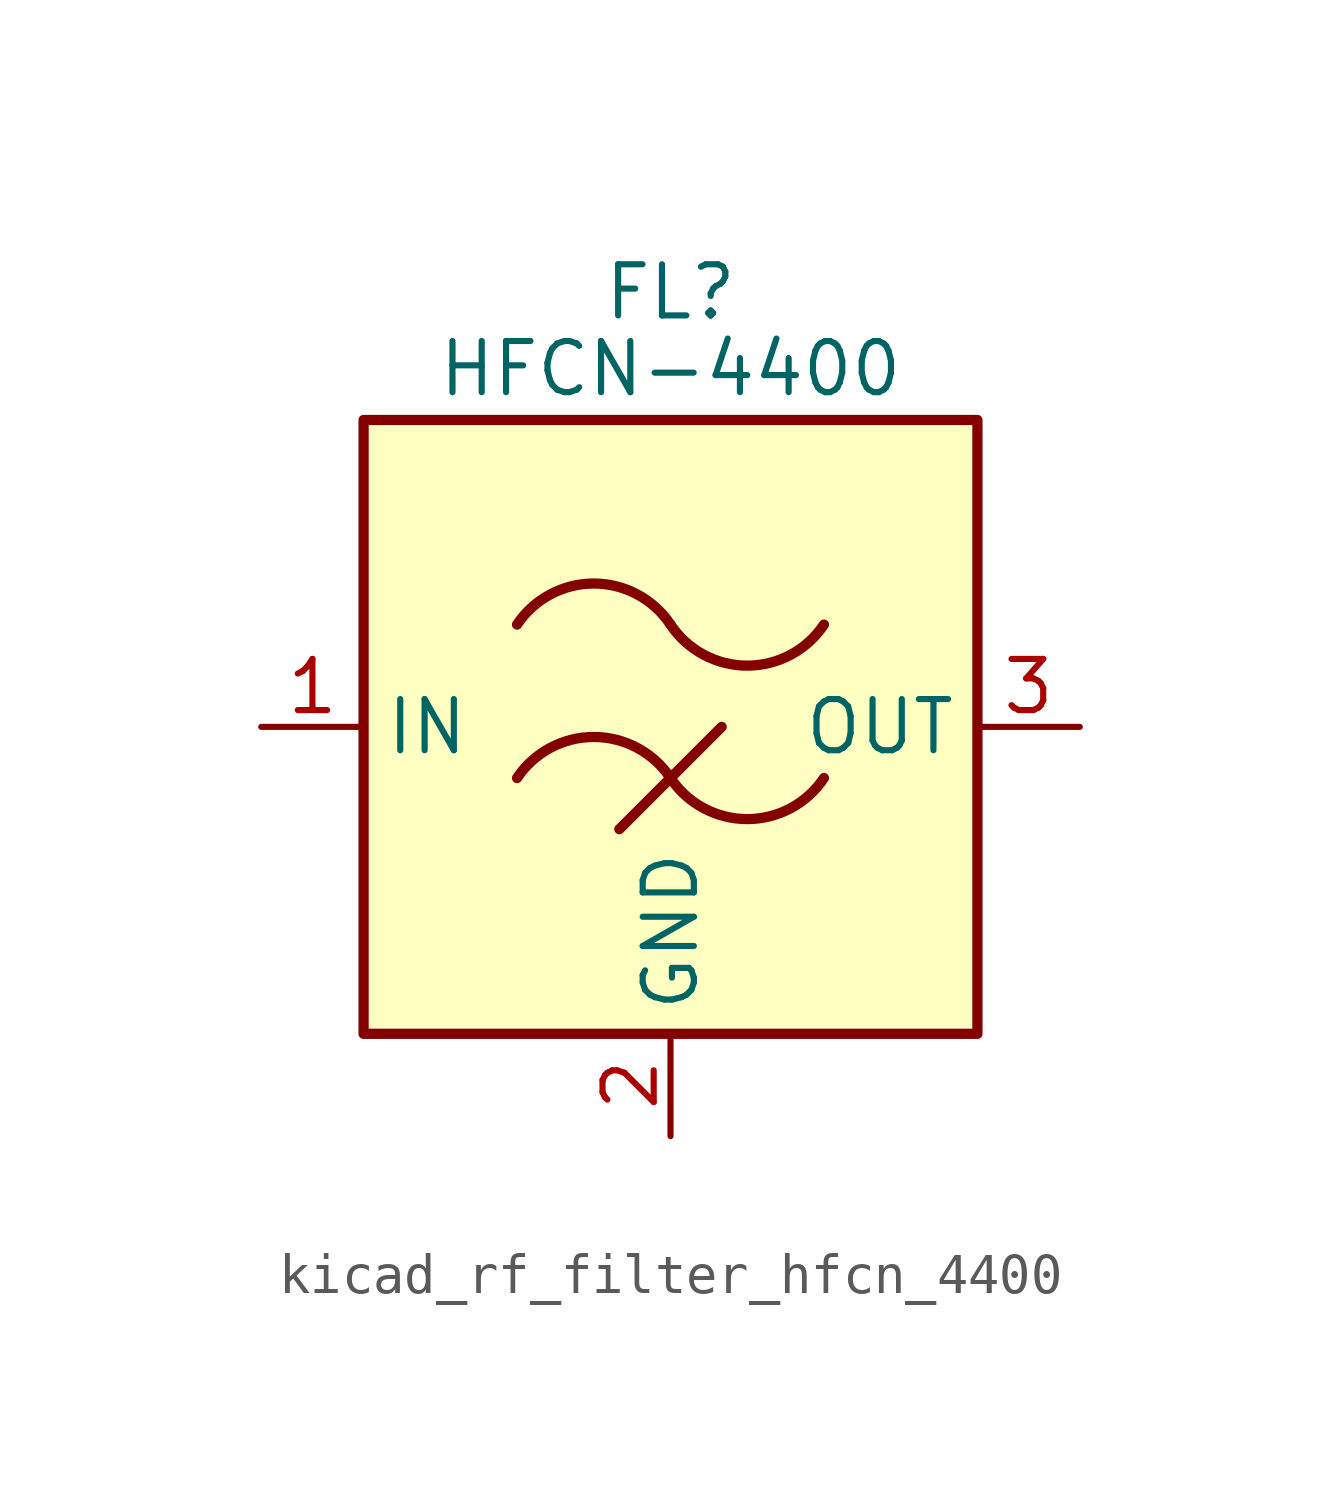
<source format=kicad_sym>
(kicad_symbol_lib
  (version 20220914)
  (generator kicad_symbol_editor)
  (symbol "kicad_rf_filter_hfcn_4400"
    (property "Reference" "FL"
      (at 0 10.795 0)
      (effects (font (size 1.27 1.27))))
    (property "Value" "HFCN-4400"
      (at 0 8.89 0)
      (effects (font (size 1.27 1.27))))
    (symbol "kicad_rf_filter_hfcn_4400_0_1"
      (rectangle (start -7.62 7.62) (end 7.62 -7.62) (stroke (width 0.254) (type default)) (fill (type background)))
      (arc (start 0 -1.27) (mid -1.905 -0.2505) (end -3.81 -1.27) (stroke (width 0.254) (type default)) (fill (type none)))
      (arc (start 0 -1.27) (mid 1.905 -2.2895) (end 3.81 -1.27) (stroke (width 0.254) (type default)) (fill (type none)))
      (polyline (pts (xy -1.27 -2.54) (xy 1.27 0)) (stroke (width 0.254) (type default)) (fill (type none)))
      (arc (start 0 2.54) (mid -1.905 3.5595) (end -3.81 2.54) (stroke (width 0.254) (type default)) (fill (type none)))
      (arc (start 0 2.54) (mid 1.905 1.5205) (end 3.81 2.54) (stroke (width 0.254) (type default)) (fill (type none))))
    (symbol "kicad_rf_filter_hfcn_4400_1_1"
      (pin passive line (at -10.16 0 0) (length 2.54) (name "IN" (effects (font (size 1.27 1.27)))) (number "1" (effects (font (size 1.27 1.27)))))
      (pin passive line (at 0 -10.16 90) (length 2.54) (name "GND" (effects (font (size 1.27 1.27)))) (number "2" (effects (font (size 1.27 1.27)))))
      (pin passive line (at 10.16 0 180) (length 2.54) (name "OUT" (effects (font (size 1.27 1.27)))) (number "3" (effects (font (size 1.27 1.27)))))
      (pin passive line (at 0 -10.16 90) (length 2.54) hide (name "GND" (effects (font (size 1.27 1.27)))) (number "4" (effects (font (size 1.27 1.27)))))
      (pin passive line (at 0 -10.16 90) (length 2.54) hide (name "GND" (effects (font (size 1.27 1.27)))) (number "5" (effects (font (size 1.27 1.27)))))
      (pin passive line (at 0 -10.16 90) (length 2.54) hide (name "GND" (effects (font (size 1.27 1.27)))) (number "6" (effects (font (size 1.27 1.27))))))))
</source>
